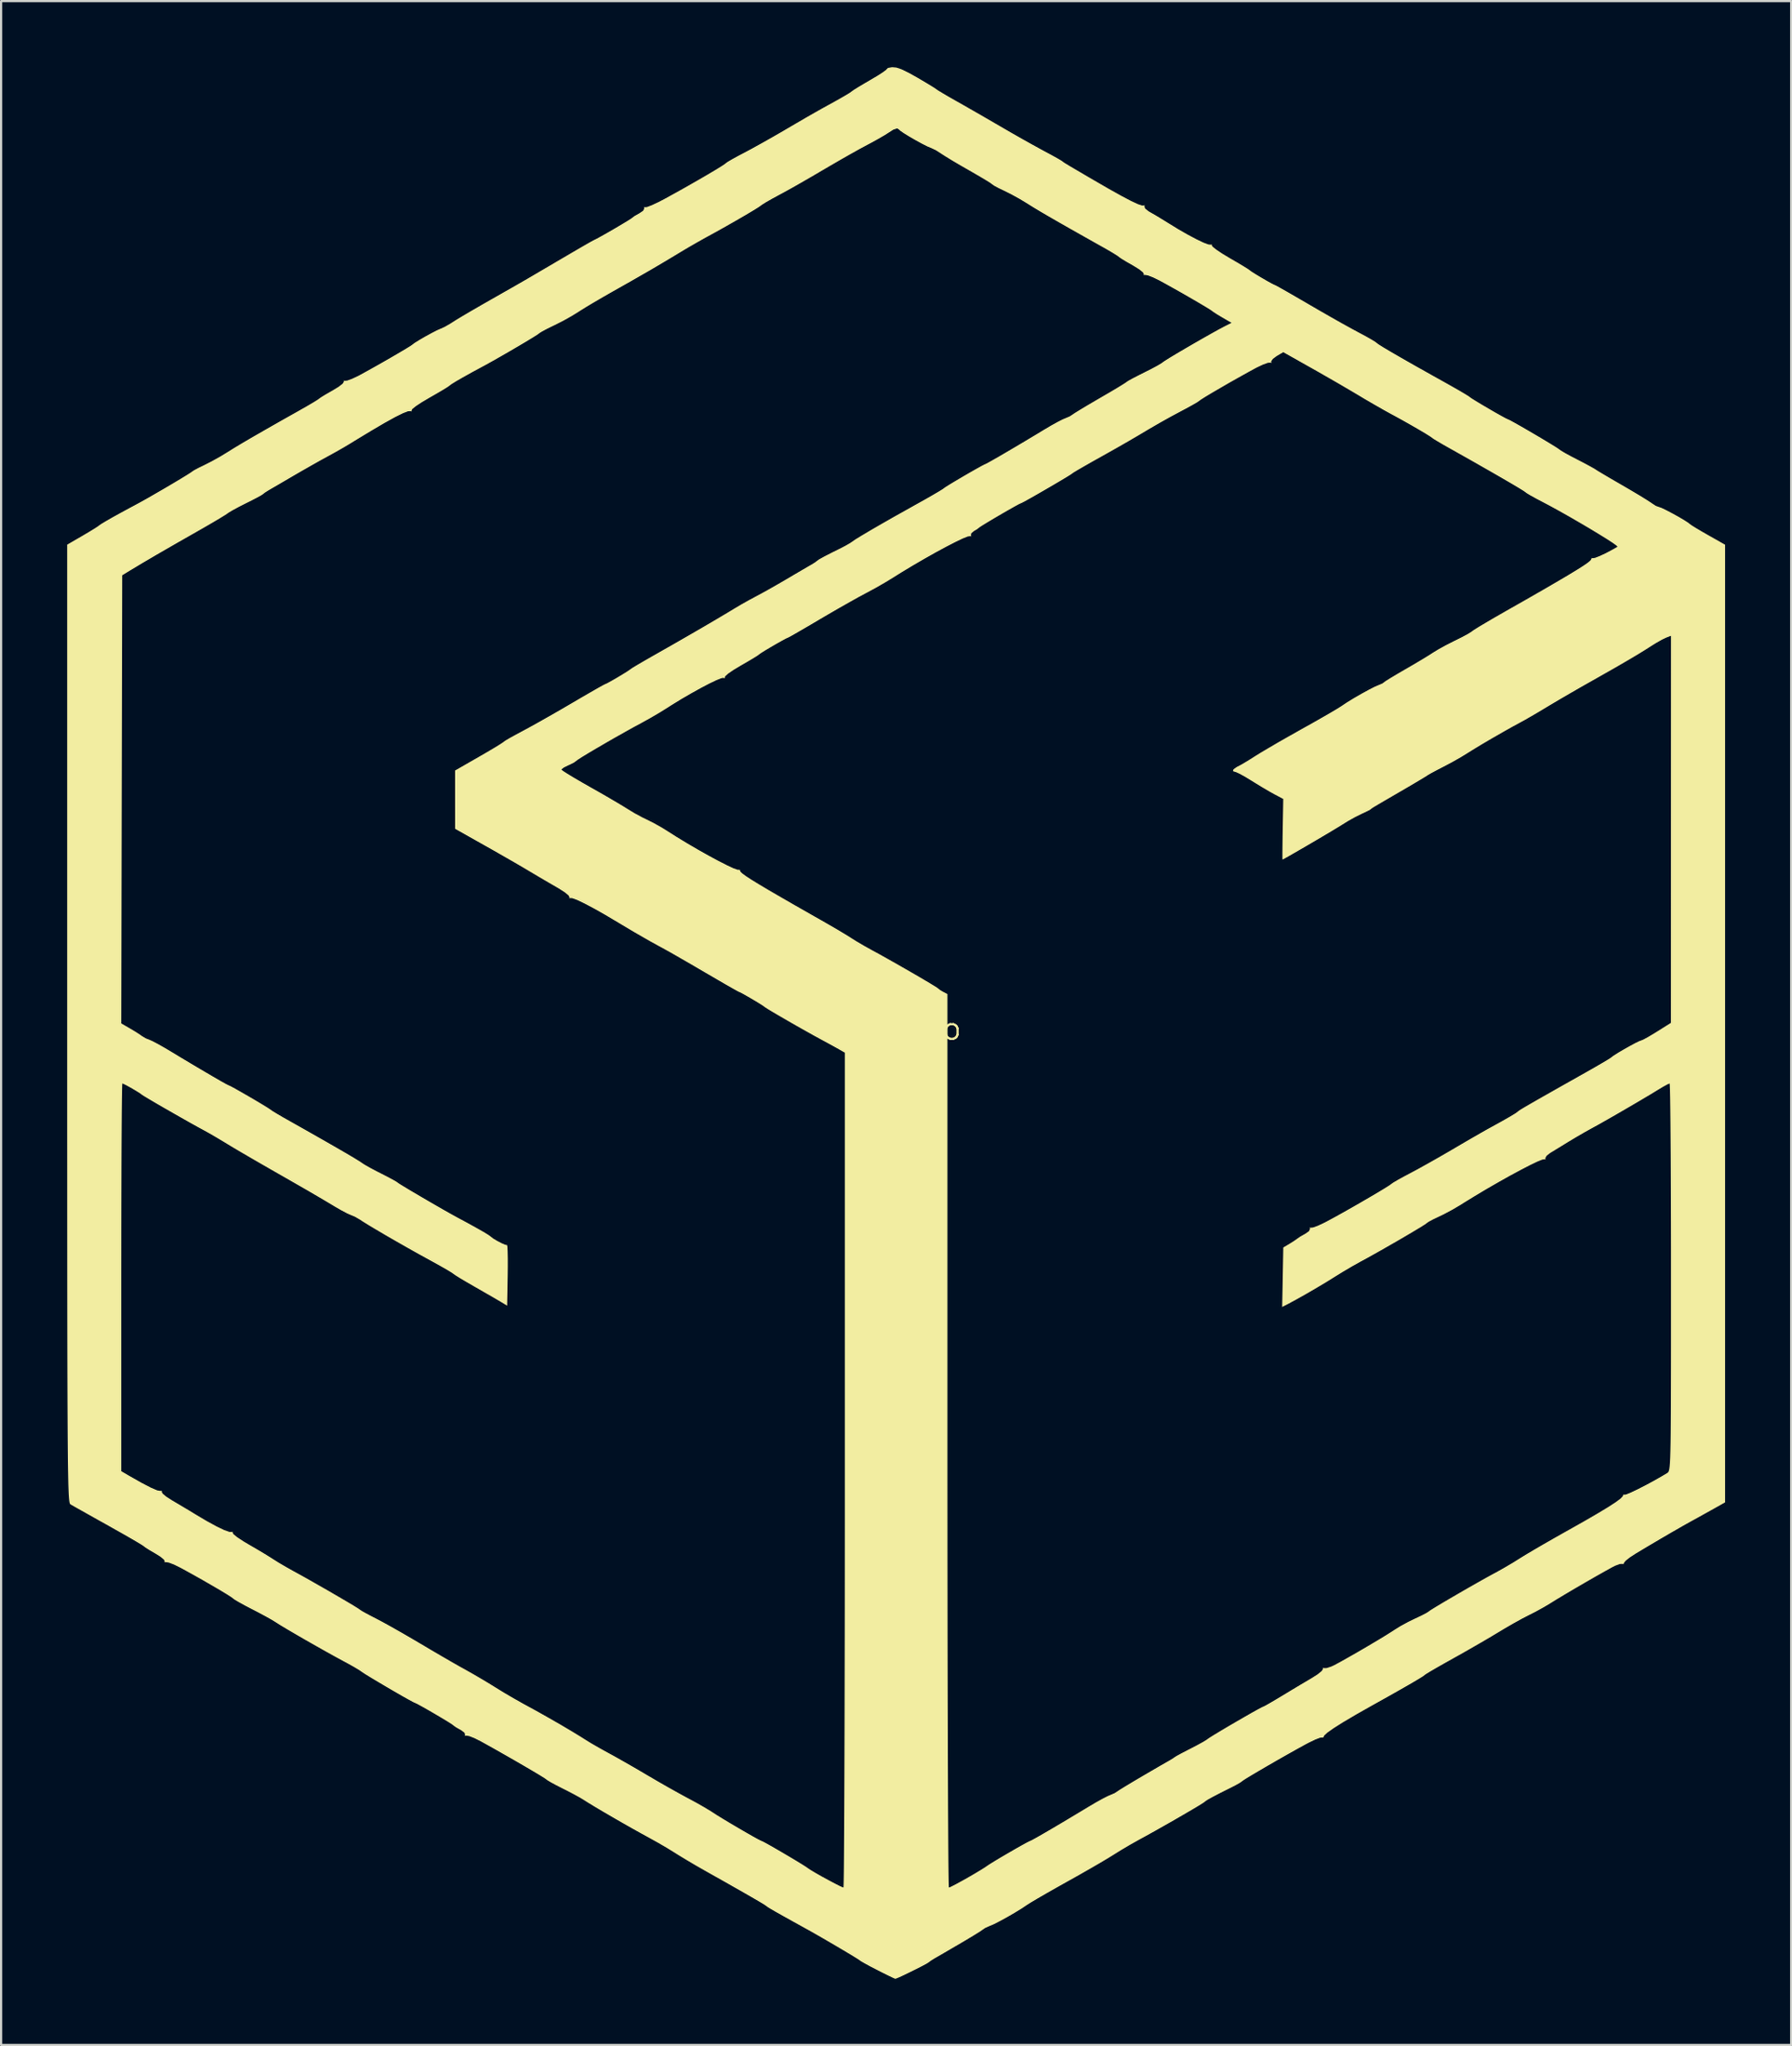
<source format=kicad_pcb>
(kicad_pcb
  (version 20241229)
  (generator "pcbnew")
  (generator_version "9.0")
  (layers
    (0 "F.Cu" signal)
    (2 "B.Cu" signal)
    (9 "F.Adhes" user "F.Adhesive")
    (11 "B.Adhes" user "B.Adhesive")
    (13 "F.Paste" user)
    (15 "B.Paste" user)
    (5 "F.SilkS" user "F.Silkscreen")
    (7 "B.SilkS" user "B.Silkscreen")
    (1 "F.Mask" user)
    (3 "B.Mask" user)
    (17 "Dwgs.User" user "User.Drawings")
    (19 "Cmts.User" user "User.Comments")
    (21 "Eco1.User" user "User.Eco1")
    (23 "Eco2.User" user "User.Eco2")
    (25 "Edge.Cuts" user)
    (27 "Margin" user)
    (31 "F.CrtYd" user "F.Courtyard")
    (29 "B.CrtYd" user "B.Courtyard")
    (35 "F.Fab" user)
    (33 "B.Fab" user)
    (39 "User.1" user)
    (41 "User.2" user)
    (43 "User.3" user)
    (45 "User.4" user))
  (footprint "se-logo"
    (layer "F.Cu")
    (at 37.542 44.139)
    (property "Reference" "se-logo" (at 0 -0.5 0) (unlocked yes) (layer "F.SilkS") (effects (font (size 1 1) (thickness 0.1))))
    (attr smd)
    (fp_poly (pts (xy 0.104 -44.123) (xy 0.343 -44.041) (xy 0.669 -43.882) (xy 1.036 -43.677) (xy 1.371 -43.481) (xy 1.651 -43.313) (xy 1.842 -43.194) (xy 1.913 -43.143) (xy 2 -43.083) (xy 2.203 -42.96) (xy 2.489 -42.793) (xy 2.759 -42.639) (xy 3.123 -42.433) (xy 3.583 -42.17) (xy 4.092 -41.877) (xy 4.599 -41.583) (xy 4.812 -41.46) (xy 5.295 -41.18) (xy 5.794 -40.896) (xy 6.263 -40.633) (xy 6.655 -40.418) (xy 6.801 -40.339) (xy 7.127 -40.164) (xy 7.399 -40.013) (xy 7.581 -39.907) (xy 7.632 -39.873) (xy 7.67 -39.843) (xy 7.717 -39.81) (xy 7.797 -39.76) (xy 7.928 -39.68) (xy 8.134 -39.558) (xy 8.435 -39.382) (xy 8.851 -39.138) (xy 9.067 -39.012) (xy 9.765 -38.609) (xy 10.327 -38.295) (xy 10.76 -38.068) (xy 11.068 -37.924) (xy 11.259 -37.861) (xy 11.328 -37.865) (xy 11.382 -37.87) (xy 11.363 -37.828) (xy 11.393 -37.73) (xy 11.553 -37.601) (xy 11.625 -37.559) (xy 11.866 -37.421) (xy 12.177 -37.233) (xy 12.463 -37.056) (xy 12.909 -36.782) (xy 13.339 -36.536) (xy 13.726 -36.331) (xy 14.045 -36.179) (xy 14.271 -36.094) (xy 14.374 -36.085) (xy 14.431 -36.093) (xy 14.418 -36.06) (xy 14.466 -35.989) (xy 14.636 -35.855) (xy 14.901 -35.678) (xy 15.23 -35.48) (xy 15.572 -35.281) (xy 15.858 -35.111) (xy 16.057 -34.987) (xy 16.137 -34.93) (xy 16.225 -34.864) (xy 16.414 -34.745) (xy 16.657 -34.599) (xy 16.91 -34.452) (xy 17.128 -34.331) (xy 17.265 -34.262) (xy 17.287 -34.255) (xy 17.369 -34.214) (xy 17.574 -34.1) (xy 17.881 -33.926) (xy 18.266 -33.704) (xy 18.707 -33.448) (xy 18.809 -33.388) (xy 19.324 -33.089) (xy 19.849 -32.788) (xy 20.344 -32.509) (xy 20.771 -32.273) (xy 21.07 -32.112) (xy 21.398 -31.937) (xy 21.666 -31.785) (xy 21.842 -31.678) (xy 21.892 -31.639) (xy 21.988 -31.566) (xy 22.226 -31.416) (xy 22.601 -31.194) (xy 23.106 -30.902) (xy 23.735 -30.545) (xy 24.482 -30.126) (xy 24.9 -29.893) (xy 25.304 -29.666) (xy 25.655 -29.466) (xy 25.925 -29.306) (xy 26.09 -29.204) (xy 26.127 -29.175) (xy 26.211 -29.115) (xy 26.406 -28.993) (xy 26.674 -28.831) (xy 26.981 -28.651) (xy 27.29 -28.472) (xy 27.565 -28.317) (xy 27.77 -28.206) (xy 27.869 -28.16) (xy 27.871 -28.159) (xy 27.96 -28.119) (xy 28.162 -28.008) (xy 28.448 -27.847) (xy 28.785 -27.652) (xy 29.144 -27.442) (xy 29.493 -27.235) (xy 29.802 -27.049) (xy 30.039 -26.903) (xy 30.173 -26.814) (xy 30.192 -26.798) (xy 30.281 -26.735) (xy 30.487 -26.615) (xy 30.776 -26.459) (xy 30.996 -26.345) (xy 31.327 -26.173) (xy 31.605 -26.024) (xy 31.793 -25.918) (xy 31.849 -25.882) (xy 31.951 -25.816) (xy 32.173 -25.683) (xy 32.485 -25.499) (xy 32.861 -25.281) (xy 33.063 -25.164) (xy 33.473 -24.925) (xy 33.846 -24.703) (xy 34.15 -24.516) (xy 34.353 -24.384) (xy 34.402 -24.349) (xy 34.584 -24.23) (xy 34.723 -24.18) (xy 34.725 -24.18) (xy 34.839 -24.14) (xy 35.055 -24.036) (xy 35.328 -23.893) (xy 35.615 -23.734) (xy 35.872 -23.583) (xy 36.055 -23.465) (xy 36.118 -23.413) (xy 36.205 -23.35) (xy 36.407 -23.224) (xy 36.692 -23.056) (xy 36.944 -22.912) (xy 37.727 -22.468) (xy 37.727 -0.737) (xy 37.727 20.993) (xy 37.203 21.288) (xy 36.84 21.49) (xy 36.447 21.708) (xy 36.191 21.849) (xy 35.809 22.062) (xy 35.323 22.341) (xy 34.769 22.664) (xy 34.189 23.007) (xy 33.663 23.322) (xy 33.403 23.492) (xy 33.216 23.639) (xy 33.136 23.736) (xy 33.136 23.747) (xy 33.106 23.799) (xy 33.072 23.785) (xy 32.952 23.79) (xy 32.746 23.865) (xy 32.625 23.925) (xy 32.275 24.118) (xy 31.843 24.362) (xy 31.368 24.635) (xy 30.889 24.914) (xy 30.446 25.176) (xy 30.077 25.397) (xy 29.85 25.539) (xy 29.511 25.742) (xy 29.117 25.96) (xy 28.834 26.103) (xy 28.521 26.264) (xy 28.127 26.482) (xy 27.712 26.722) (xy 27.482 26.861) (xy 27.118 27.079) (xy 26.654 27.351) (xy 26.141 27.646) (xy 25.627 27.938) (xy 25.408 28.06) (xy 24.988 28.295) (xy 24.623 28.503) (xy 24.335 28.671) (xy 24.151 28.783) (xy 24.095 28.822) (xy 24.012 28.886) (xy 23.807 29.014) (xy 23.476 29.209) (xy 23.012 29.475) (xy 22.411 29.815) (xy 21.691 30.217) (xy 20.972 30.624) (xy 20.393 30.966) (xy 19.955 31.242) (xy 19.663 31.448) (xy 19.519 31.584) (xy 19.504 31.629) (xy 19.475 31.674) (xy 19.443 31.66) (xy 19.336 31.675) (xy 19.12 31.758) (xy 18.835 31.895) (xy 18.7 31.966) (xy 18.306 32.183) (xy 17.871 32.426) (xy 17.421 32.682) (xy 16.981 32.935) (xy 16.576 33.171) (xy 16.231 33.375) (xy 15.972 33.533) (xy 15.823 33.63) (xy 15.798 33.651) (xy 15.705 33.717) (xy 15.505 33.83) (xy 15.29 33.941) (xy 14.801 34.186) (xy 14.452 34.367) (xy 14.228 34.492) (xy 14.118 34.567) (xy 14.105 34.581) (xy 14.019 34.641) (xy 13.812 34.769) (xy 13.508 34.95) (xy 13.133 35.169) (xy 12.713 35.412) (xy 12.273 35.663) (xy 11.839 35.908) (xy 11.438 36.131) (xy 11.099 36.316) (xy 10.711 36.534) (xy 10.287 36.784) (xy 9.956 36.991) (xy 9.71 37.143) (xy 9.349 37.357) (xy 8.905 37.615) (xy 8.412 37.896) (xy 7.902 38.182) (xy 7.839 38.217) (xy 7.355 38.488) (xy 6.907 38.743) (xy 6.521 38.966) (xy 6.224 39.143) (xy 6.043 39.256) (xy 6.019 39.273) (xy 5.782 39.431) (xy 5.469 39.622) (xy 5.125 39.821) (xy 4.793 40.002) (xy 4.519 40.142) (xy 4.352 40.212) (xy 4.141 40.305) (xy 4.029 40.38) (xy 3.894 40.474) (xy 3.613 40.648) (xy 3.188 40.903) (xy 2.621 41.235) (xy 1.915 41.645) (xy 1.828 41.695) (xy 1.66 41.8) (xy 1.574 41.866) (xy 1.483 41.924) (xy 1.282 42.032) (xy 1.012 42.17) (xy 0.715 42.317) (xy 0.432 42.454) (xy 0.203 42.559) (xy 0.07 42.613) (xy 0.054 42.616) (xy -0.037 42.578) (xy -0.243 42.479) (xy -0.532 42.336) (xy -0.754 42.223) (xy -1.079 42.055) (xy -1.344 41.911) (xy -1.515 41.812) (xy -1.559 41.779) (xy -1.64 41.723) (xy -1.839 41.6) (xy -2.128 41.426) (xy -2.477 41.219) (xy -2.858 40.995) (xy -3.242 40.771) (xy -3.601 40.565) (xy -3.905 40.393) (xy -3.972 40.357) (xy -4.569 40.027) (xy -5.03 39.77) (xy -5.37 39.579) (xy -5.601 39.445) (xy -5.737 39.361) (xy -5.792 39.32) (xy -5.792 39.32) (xy -5.885 39.255) (xy -6.123 39.111) (xy -6.503 38.89) (xy -7.02 38.594) (xy -7.672 38.224) (xy -8.454 37.784) (xy -8.586 37.71) (xy -8.993 37.477) (xy -9.415 37.228) (xy -9.788 37.002) (xy -9.941 36.905) (xy -10.3 36.684) (xy -10.722 36.438) (xy -11.116 36.219) (xy -11.13 36.211) (xy -11.458 36.032) (xy -11.862 35.807) (xy -12.308 35.554) (xy -12.766 35.29) (xy -13.204 35.035) (xy -13.59 34.806) (xy -13.894 34.622) (xy -14.083 34.502) (xy -14.089 34.497) (xy -14.259 34.394) (xy -14.533 34.244) (xy -14.865 34.071) (xy -15.019 33.994) (xy -15.335 33.833) (xy -15.59 33.695) (xy -15.748 33.6) (xy -15.781 33.574) (xy -15.866 33.513) (xy -16.075 33.382) (xy -16.385 33.197) (xy -16.772 32.97) (xy -17.212 32.715) (xy -17.682 32.446) (xy -18.157 32.177) (xy -18.615 31.921) (xy -18.768 31.836) (xy -19.052 31.694) (xy -19.285 31.602) (xy -19.424 31.577) (xy -19.437 31.582) (xy -19.495 31.591) (xy -19.476 31.547) (xy -19.504 31.449) (xy -19.66 31.33) (xy -19.696 31.311) (xy -19.89 31.202) (xy -20.008 31.118) (xy -20.016 31.109) (xy -20.1 31.048) (xy -20.294 30.926) (xy -20.563 30.764) (xy -20.87 30.583) (xy -21.179 30.404) (xy -21.454 30.249) (xy -21.659 30.137) (xy -21.758 30.092) (xy -21.76 30.091) (xy -21.848 30.051) (xy -22.051 29.94) (xy -22.339 29.778) (xy -22.681 29.581) (xy -23.046 29.368) (xy -23.405 29.156) (xy -23.728 28.963) (xy -23.983 28.807) (xy -24.141 28.705) (xy -24.171 28.683) (xy -24.304 28.593) (xy -24.544 28.45) (xy -24.849 28.28) (xy -24.984 28.208) (xy -25.344 28.013) (xy -25.773 27.775) (xy -26.24 27.512) (xy -26.715 27.242) (xy -27.166 26.981) (xy -27.564 26.748) (xy -27.877 26.56) (xy -28.075 26.434) (xy -28.086 26.427) (xy -28.261 26.319) (xy -28.544 26.161) (xy -28.89 25.976) (xy -29.141 25.846) (xy -29.478 25.671) (xy -29.756 25.518) (xy -29.943 25.407) (xy -30.003 25.361) (xy -30.093 25.293) (xy -30.304 25.158) (xy -30.613 24.972) (xy -30.991 24.751) (xy -31.413 24.508) (xy -31.853 24.26) (xy -32.285 24.022) (xy -32.401 23.96) (xy -32.686 23.819) (xy -32.919 23.729) (xy -33.058 23.704) (xy -33.07 23.709) (xy -33.126 23.716) (xy -33.11 23.678) (xy -33.149 23.593) (xy -33.31 23.459) (xy -33.541 23.315) (xy -33.797 23.166) (xy -33.988 23.045) (xy -34.071 22.981) (xy -34.154 22.924) (xy -34.363 22.798) (xy -34.676 22.615) (xy -35.07 22.39) (xy -35.523 22.135) (xy -35.679 22.047) (xy -36.154 21.782) (xy -36.585 21.54) (xy -36.949 21.336) (xy -37.22 21.183) (xy -37.374 21.094) (xy -37.394 21.082) (xy -37.409 21.067) (xy -37.424 21.036) (xy -37.437 20.985) (xy -37.449 20.905) (xy -37.46 20.792) (xy -37.471 20.64) (xy -37.48 20.442) (xy -37.489 20.192) (xy -37.496 19.885) (xy -37.503 19.513) (xy -37.51 19.071) (xy -37.515 18.553) (xy -37.52 17.953) (xy -37.524 17.264) (xy -37.528 16.481) (xy -37.531 15.598) (xy -37.534 14.607) (xy -37.536 13.504) (xy -37.538 12.282) (xy -37.539 10.935) (xy -37.54 9.457) (xy -37.541 7.841) (xy -37.541 6.083) (xy -37.542 4.175) (xy -37.542 2.111) (xy -37.542 -0.114) (xy -37.542 -0.74) (xy -37.542 -0.744) (xy -35.087 -0.744) (xy -34.685 -0.512) (xy -34.434 -0.362) (xy -34.23 -0.23) (xy -34.155 -0.175) (xy -33.973 -0.066) (xy -33.825 -0.008) (xy -33.669 0.061) (xy -33.409 0.198) (xy -33.088 0.38) (xy -32.851 0.521) (xy -32.323 0.84) (xy -31.811 1.145) (xy -31.336 1.426) (xy -30.919 1.671) (xy -30.579 1.867) (xy -30.338 2.002) (xy -30.216 2.064) (xy -30.207 2.067) (xy -30.119 2.107) (xy -29.92 2.215) (xy -29.645 2.37) (xy -29.329 2.552) (xy -29.005 2.741) (xy -28.709 2.917) (xy -28.474 3.061) (xy -28.335 3.151) (xy -28.313 3.169) (xy -28.226 3.229) (xy -28.023 3.353) (xy -27.737 3.52) (xy -27.467 3.673) (xy -26.656 4.13) (xy -25.943 4.535) (xy -25.337 4.882) (xy -24.847 5.166) (xy -24.481 5.383) (xy -24.248 5.527) (xy -24.165 5.585) (xy -24.036 5.669) (xy -23.796 5.805) (xy -23.486 5.969) (xy -23.318 6.054) (xy -23.002 6.216) (xy -22.747 6.352) (xy -22.589 6.443) (xy -22.556 6.467) (xy -22.47 6.528) (xy -22.263 6.656) (xy -21.966 6.835) (xy -21.603 7.049) (xy -21.205 7.282) (xy -20.797 7.518) (xy -20.409 7.741) (xy -20.066 7.933) (xy -19.799 8.08) (xy -19.762 8.1) (xy -19.343 8.325) (xy -18.961 8.536) (xy -18.645 8.716) (xy -18.423 8.851) (xy -18.323 8.922) (xy -18.323 8.923) (xy -18.21 9.013) (xy -18.021 9.126) (xy -17.813 9.234) (xy -17.644 9.305) (xy -17.575 9.315) (xy -17.558 9.382) (xy -17.546 9.592) (xy -17.539 9.918) (xy -17.539 10.331) (xy -17.543 10.673) (xy -17.569 12.066) (xy -17.84 11.903) (xy -18.019 11.798) (xy -18.305 11.631) (xy -18.66 11.427) (xy -19.042 11.208) (xy -19.398 11.002) (xy -19.699 10.824) (xy -19.913 10.69) (xy -20.013 10.62) (xy -20.016 10.617) (xy -20.102 10.557) (xy -20.309 10.433) (xy -20.608 10.262) (xy -20.97 10.061) (xy -21.074 10.005) (xy -21.553 9.741) (xy -22.066 9.453) (xy -22.586 9.157) (xy -23.084 8.87) (xy -23.531 8.607) (xy -23.901 8.385) (xy -24.165 8.221) (xy -24.249 8.164) (xy -24.478 8.031) (xy -24.666 7.952) (xy -24.834 7.878) (xy -25.094 7.741) (xy -25.398 7.566) (xy -25.47 7.522) (xy -25.766 7.345) (xy -26.164 7.111) (xy -26.616 6.847) (xy -27.079 6.581) (xy -27.213 6.504) (xy -27.989 6.06) (xy -28.636 5.689) (xy -29.172 5.379) (xy -29.614 5.122) (xy -29.982 4.905) (xy -30.293 4.718) (xy -30.43 4.634) (xy -30.764 4.434) (xy -31.102 4.238) (xy -31.361 4.095) (xy -31.62 3.954) (xy -31.955 3.768) (xy -32.34 3.55) (xy -32.748 3.318) (xy -33.15 3.088) (xy -33.519 2.874) (xy -33.827 2.693) (xy -34.047 2.561) (xy -34.151 2.493) (xy -34.155 2.49) (xy -34.25 2.419) (xy -34.437 2.304) (xy -34.661 2.173) (xy -34.87 2.058) (xy -35.012 1.99) (xy -35.038 1.982) (xy -35.045 2.065) (xy -35.051 2.306) (xy -35.057 2.694) (xy -35.063 3.218) (xy -35.068 3.867) (xy -35.073 4.63) (xy -35.077 5.495) (xy -35.08 6.452) (xy -35.083 7.489) (xy -35.085 8.595) (xy -35.086 9.76) (xy -35.087 10.779) (xy -35.087 19.577) (xy -34.727 19.787) (xy -34.164 20.106) (xy -33.739 20.327) (xy -33.451 20.45) (xy -33.301 20.475) (xy -33.29 20.47) (xy -33.237 20.466) (xy -33.254 20.503) (xy -33.214 20.589) (xy -33.051 20.727) (xy -32.792 20.895) (xy -32.78 20.902) (xy -32.418 21.115) (xy -32.01 21.359) (xy -31.7 21.547) (xy -31.191 21.849) (xy -30.756 22.086) (xy -30.412 22.25) (xy -30.177 22.333) (xy -30.075 22.334) (xy -30.02 22.328) (xy -30.035 22.364) (xy -29.989 22.44) (xy -29.819 22.577) (xy -29.549 22.755) (xy -29.307 22.899) (xy -28.939 23.113) (xy -28.588 23.322) (xy -28.303 23.498) (xy -28.186 23.573) (xy -27.94 23.728) (xy -27.612 23.921) (xy -27.272 24.111) (xy -27.255 24.12) (xy -26.913 24.308) (xy -26.514 24.532) (xy -26.082 24.778) (xy -25.643 25.029) (xy -25.224 25.273) (xy -24.849 25.493) (xy -24.545 25.674) (xy -24.336 25.803) (xy -24.25 25.864) (xy -24.249 25.864) (xy -24.159 25.925) (xy -23.954 26.039) (xy -23.671 26.188) (xy -23.53 26.26) (xy -23.226 26.42) (xy -22.818 26.645) (xy -22.348 26.912) (xy -21.855 27.198) (xy -21.523 27.394) (xy -21.036 27.682) (xy -20.541 27.972) (xy -20.08 28.238) (xy -19.694 28.458) (xy -19.496 28.567) (xy -19.078 28.803) (xy -18.608 29.079) (xy -18.179 29.34) (xy -18.116 29.38) (xy -17.708 29.631) (xy -17.248 29.9) (xy -16.825 30.138) (xy -16.756 30.175) (xy -16.249 30.452) (xy -15.698 30.762) (xy -15.146 31.079) (xy -14.637 31.38) (xy -14.214 31.638) (xy -14.047 31.744) (xy -13.76 31.921) (xy -13.395 32.132) (xy -13.027 32.336) (xy -12.989 32.356) (xy -12.679 32.526) (xy -12.272 32.756) (xy -11.813 33.019) (xy -11.352 33.288) (xy -11.229 33.361) (xy -10.759 33.636) (xy -10.266 33.918) (xy -9.802 34.178) (xy -9.418 34.387) (xy -9.348 34.424) (xy -8.977 34.625) (xy -8.618 34.829) (xy -8.327 35.004) (xy -8.23 35.067) (xy -8.042 35.189) (xy -7.767 35.357) (xy -7.436 35.556) (xy -7.081 35.765) (xy -6.732 35.968) (xy -6.422 36.145) (xy -6.181 36.278) (xy -6.04 36.349) (xy -6.019 36.357) (xy -5.931 36.397) (xy -5.73 36.507) (xy -5.45 36.666) (xy -5.123 36.855) (xy -4.782 37.056) (xy -4.458 37.249) (xy -4.185 37.415) (xy -3.996 37.535) (xy -3.929 37.583) (xy -3.803 37.668) (xy -3.577 37.803) (xy -3.291 37.966) (xy -2.982 38.135) (xy -2.69 38.29) (xy -2.456 38.408) (xy -2.316 38.468) (xy -2.3 38.472) (xy -2.294 38.389) (xy -2.288 38.144) (xy -2.282 37.745) (xy -2.277 37.199) (xy -2.272 36.514) (xy -2.267 35.698) (xy -2.262 34.757) (xy -2.258 33.701) (xy -2.254 32.536) (xy -2.25 31.27) (xy -2.247 29.91) (xy -2.244 28.464) (xy -2.241 26.939) (xy -2.239 25.344) (xy -2.238 23.686) (xy -2.237 21.972) (xy -2.237 20.21) (xy -2.237 19.529) (xy -2.237 0.585) (xy -2.512 0.428) (xy -2.728 0.307) (xy -3.028 0.143) (xy -3.337 -0.025) (xy -3.65 -0.196) (xy -4.021 -0.403) (xy -4.421 -0.629) (xy -4.822 -0.858) (xy -5.195 -1.074) (xy -5.513 -1.261) (xy -5.746 -1.401) (xy -5.867 -1.48) (xy -5.877 -1.488) (xy -5.966 -1.553) (xy -6.155 -1.672) (xy -6.398 -1.818) (xy -6.65 -1.965) (xy -6.867 -2.088) (xy -7.005 -2.159) (xy -7.029 -2.167) (xy -7.11 -2.208) (xy -7.315 -2.322) (xy -7.621 -2.496) (xy -8.005 -2.718) (xy -8.446 -2.975) (xy -8.548 -3.034) (xy -9.021 -3.311) (xy -9.464 -3.568) (xy -9.849 -3.79) (xy -10.148 -3.961) (xy -10.332 -4.063) (xy -10.344 -4.07) (xy -11.048 -4.455) (xy -11.826 -4.902) (xy -12.523 -5.318) (xy -13.103 -5.663) (xy -13.618 -5.954) (xy -14.052 -6.184) (xy -14.389 -6.345) (xy -14.613 -6.427) (xy -14.701 -6.431) (xy -14.753 -6.427) (xy -14.736 -6.465) (xy -14.778 -6.549) (xy -14.947 -6.69) (xy -15.223 -6.867) (xy -15.295 -6.909) (xy -15.678 -7.131) (xy -16.118 -7.389) (xy -16.526 -7.631) (xy -16.567 -7.656) (xy -16.866 -7.833) (xy -17.271 -8.068) (xy -17.743 -8.339) (xy -18.239 -8.622) (xy -18.578 -8.813) (xy -19.93 -9.575) (xy -19.931 -10.898) (xy -19.931 -12.221) (xy -19.86 -12.262) (xy -15.101 -12.262) (xy -15.03 -12.202) (xy -14.834 -12.075) (xy -14.538 -11.896) (xy -14.166 -11.679) (xy -13.822 -11.483) (xy -13.364 -11.224) (xy -12.924 -10.97) (xy -12.536 -10.742) (xy -12.238 -10.562) (xy -12.111 -10.482) (xy -11.779 -10.281) (xy -11.413 -10.084) (xy -11.232 -9.997) (xy -10.9 -9.831) (xy -10.535 -9.625) (xy -10.343 -9.506) (xy -9.883 -9.214) (xy -9.394 -8.917) (xy -8.898 -8.627) (xy -8.417 -8.357) (xy -7.976 -8.119) (xy -7.595 -7.925) (xy -7.299 -7.787) (xy -7.109 -7.719) (xy -7.054 -7.717) (xy -6.994 -7.71) (xy -6.996 -7.681) (xy -6.977 -7.632) (xy -6.893 -7.551) (xy -6.734 -7.434) (xy -6.489 -7.274) (xy -6.149 -7.064) (xy -5.705 -6.8) (xy -5.144 -6.474) (xy -4.459 -6.08) (xy -3.638 -5.612) (xy -3.379 -5.466) (xy -2.959 -5.225) (xy -2.562 -4.994) (xy -2.227 -4.794) (xy -1.99 -4.647) (xy -1.94 -4.614) (xy -1.693 -4.459) (xy -1.364 -4.267) (xy -1.023 -4.078) (xy -1.008 -4.069) (xy -0.693 -3.898) (xy -0.313 -3.686) (xy 0.107 -3.448) (xy 0.54 -3.201) (xy 0.961 -2.958) (xy 1.342 -2.735) (xy 1.659 -2.547) (xy 1.884 -2.409) (xy 1.993 -2.336) (xy 1.997 -2.331) (xy 2.098 -2.253) (xy 2.23 -2.176) (xy 2.421 -2.076) (xy 2.421 18.199) (xy 2.421 20.039) (xy 2.422 21.835) (xy 2.423 23.578) (xy 2.425 25.262) (xy 2.427 26.879) (xy 2.43 28.421) (xy 2.433 29.882) (xy 2.437 31.254) (xy 2.44 32.53) (xy 2.445 33.702) (xy 2.449 34.764) (xy 2.454 35.707) (xy 2.459 36.524) (xy 2.464 37.209) (xy 2.47 37.754) (xy 2.476 38.151) (xy 2.482 38.393) (xy 2.488 38.473) (xy 2.585 38.434) (xy 2.795 38.327) (xy 3.082 38.171) (xy 3.313 38.041) (xy 3.645 37.849) (xy 3.931 37.678) (xy 4.131 37.552) (xy 4.199 37.505) (xy 4.317 37.425) (xy 4.538 37.288) (xy 4.83 37.113) (xy 5.158 36.921) (xy 5.488 36.73) (xy 5.787 36.561) (xy 6.022 36.432) (xy 6.158 36.363) (xy 6.177 36.357) (xy 6.265 36.315) (xy 6.478 36.197) (xy 6.794 36.016) (xy 7.194 35.783) (xy 7.656 35.51) (xy 8.16 35.209) (xy 8.686 34.893) (xy 8.821 34.811) (xy 9.162 34.61) (xy 9.468 34.44) (xy 9.7 34.322) (xy 9.795 34.282) (xy 10.008 34.191) (xy 10.125 34.115) (xy 10.24 34.038) (xy 10.477 33.891) (xy 10.81 33.691) (xy 11.214 33.452) (xy 11.664 33.189) (xy 12.133 32.917) (xy 12.496 32.71) (xy 12.664 32.608) (xy 12.75 32.547) (xy 12.84 32.492) (xy 13.044 32.381) (xy 13.326 32.235) (xy 13.462 32.166) (xy 13.774 32.003) (xy 14.032 31.861) (xy 14.195 31.761) (xy 14.224 31.738) (xy 14.323 31.67) (xy 14.535 31.538) (xy 14.831 31.359) (xy 15.181 31.152) (xy 15.556 30.933) (xy 15.926 30.719) (xy 16.261 30.528) (xy 16.532 30.377) (xy 16.709 30.283) (xy 16.763 30.261) (xy 16.849 30.219) (xy 17.048 30.107) (xy 17.328 29.943) (xy 17.594 29.784) (xy 17.996 29.541) (xy 18.419 29.287) (xy 18.798 29.063) (xy 18.952 28.972) (xy 19.228 28.796) (xy 19.41 28.65) (xy 19.471 28.555) (xy 19.468 28.547) (xy 19.466 28.497) (xy 19.507 28.515) (xy 19.633 28.514) (xy 19.844 28.445) (xy 19.965 28.389) (xy 20.247 28.239) (xy 20.625 28.027) (xy 21.062 27.777) (xy 21.518 27.511) (xy 21.957 27.25) (xy 22.341 27.017) (xy 22.631 26.834) (xy 22.72 26.775) (xy 22.996 26.604) (xy 23.347 26.414) (xy 23.656 26.264) (xy 23.938 26.131) (xy 24.153 26.02) (xy 24.261 25.953) (xy 24.265 25.949) (xy 24.35 25.887) (xy 24.557 25.758) (xy 24.859 25.577) (xy 25.231 25.357) (xy 25.646 25.116) (xy 26.078 24.867) (xy 26.502 24.626) (xy 26.89 24.408) (xy 27.217 24.229) (xy 27.313 24.178) (xy 27.683 23.972) (xy 28.095 23.729) (xy 28.413 23.53) (xy 28.659 23.378) (xy 29.021 23.163) (xy 29.464 22.905) (xy 29.957 22.623) (xy 30.465 22.336) (xy 30.526 22.302) (xy 31.295 21.869) (xy 31.918 21.508) (xy 32.403 21.216) (xy 32.754 20.989) (xy 32.978 20.823) (xy 33.081 20.715) (xy 33.089 20.68) (xy 33.119 20.635) (xy 33.151 20.649) (xy 33.25 20.628) (xy 33.464 20.539) (xy 33.762 20.397) (xy 34.112 20.218) (xy 34.483 20.018) (xy 34.842 19.814) (xy 35.105 19.656) (xy 35.132 19.636) (xy 35.155 19.606) (xy 35.176 19.555) (xy 35.194 19.475) (xy 35.21 19.355) (xy 35.224 19.185) (xy 35.235 18.956) (xy 35.244 18.659) (xy 35.252 18.283) (xy 35.258 17.818) (xy 35.262 17.256) (xy 35.266 16.586) (xy 35.268 15.799) (xy 35.27 14.884) (xy 35.271 13.833) (xy 35.271 12.635) (xy 35.271 11.282) (xy 35.271 10.767) (xy 35.271 9.563) (xy 35.269 8.408) (xy 35.266 7.312) (xy 35.262 6.288) (xy 35.258 5.346) (xy 35.252 4.497) (xy 35.246 3.752) (xy 35.239 3.123) (xy 35.232 2.621) (xy 35.224 2.256) (xy 35.215 2.04) (xy 35.208 1.982) (xy 35.108 2.024) (xy 34.91 2.133) (xy 34.679 2.272) (xy 34.336 2.481) (xy 33.897 2.742) (xy 33.404 3.031) (xy 32.896 3.326) (xy 32.413 3.603) (xy 31.997 3.839) (xy 31.696 4.004) (xy 31.368 4.186) (xy 30.983 4.409) (xy 30.637 4.616) (xy 30.321 4.81) (xy 30.023 4.992) (xy 29.804 5.126) (xy 29.789 5.134) (xy 29.626 5.261) (xy 29.564 5.37) (xy 29.57 5.39) (xy 29.571 5.439) (xy 29.529 5.421) (xy 29.422 5.439) (xy 29.19 5.534) (xy 28.856 5.695) (xy 28.439 5.911) (xy 27.961 6.169) (xy 27.442 6.46) (xy 26.902 6.771) (xy 26.364 7.092) (xy 25.846 7.41) (xy 25.704 7.5) (xy 25.352 7.708) (xy 24.955 7.919) (xy 24.733 8.026) (xy 24.467 8.153) (xy 24.268 8.26) (xy 24.183 8.32) (xy 24.096 8.383) (xy 23.888 8.514) (xy 23.583 8.697) (xy 23.207 8.919) (xy 22.785 9.165) (xy 22.343 9.418) (xy 21.907 9.666) (xy 21.502 9.892) (xy 21.174 10.07) (xy 20.787 10.287) (xy 20.363 10.537) (xy 20.031 10.742) (xy 19.658 10.974) (xy 19.207 11.244) (xy 18.731 11.521) (xy 18.284 11.773) (xy 17.919 11.971) (xy 17.872 11.995) (xy 17.618 12.125) (xy 17.644 10.775) (xy 17.669 9.425) (xy 17.94 9.265) (xy 18.145 9.136) (xy 18.292 9.033) (xy 18.304 9.023) (xy 18.439 8.931) (xy 18.644 8.815) (xy 18.666 8.803) (xy 18.836 8.684) (xy 18.883 8.581) (xy 18.878 8.569) (xy 18.872 8.514) (xy 18.908 8.53) (xy 19.019 8.518) (xy 19.237 8.439) (xy 19.52 8.307) (xy 19.62 8.256) (xy 19.943 8.082) (xy 20.329 7.868) (xy 20.752 7.63) (xy 21.184 7.382) (xy 21.6 7.14) (xy 21.974 6.92) (xy 22.278 6.736) (xy 22.487 6.604) (xy 22.574 6.54) (xy 22.665 6.476) (xy 22.872 6.355) (xy 23.162 6.196) (xy 23.399 6.07) (xy 23.763 5.876) (xy 24.22 5.623) (xy 24.719 5.34) (xy 25.208 5.058) (xy 25.344 4.978) (xy 25.789 4.717) (xy 26.228 4.462) (xy 26.621 4.236) (xy 26.925 4.064) (xy 27.016 4.014) (xy 27.566 3.711) (xy 27.966 3.483) (xy 28.22 3.329) (xy 28.328 3.248) (xy 28.329 3.247) (xy 28.362 3.219) (xy 28.444 3.166) (xy 28.586 3.08) (xy 28.801 2.954) (xy 29.102 2.781) (xy 29.5 2.554) (xy 30.009 2.266) (xy 30.641 1.909) (xy 31.408 1.477) (xy 31.419 1.47) (xy 31.808 1.249) (xy 32.142 1.055) (xy 32.395 0.905) (xy 32.539 0.813) (xy 32.562 0.795) (xy 32.66 0.72) (xy 32.861 0.593) (xy 33.123 0.439) (xy 33.402 0.282) (xy 33.655 0.146) (xy 33.839 0.057) (xy 33.904 0.035) (xy 34.01 -0.008) (xy 34.22 -0.122) (xy 34.497 -0.286) (xy 34.628 -0.367) (xy 35.268 -0.77) (xy 35.269 -9.552) (xy 35.271 -18.334) (xy 35.051 -18.25) (xy 34.859 -18.158) (xy 34.595 -18.008) (xy 34.395 -17.884) (xy 34.09 -17.689) (xy 33.754 -17.483) (xy 33.364 -17.251) (xy 32.896 -16.979) (xy 32.325 -16.653) (xy 31.673 -16.284) (xy 31.181 -16.005) (xy 30.672 -15.712) (xy 30.193 -15.433) (xy 29.793 -15.196) (xy 29.641 -15.105) (xy 29.274 -14.885) (xy 28.916 -14.675) (xy 28.619 -14.505) (xy 28.498 -14.439) (xy 28.086 -14.215) (xy 27.612 -13.948) (xy 27.119 -13.665) (xy 26.653 -13.391) (xy 26.259 -13.152) (xy 26.043 -13.016) (xy 25.729 -12.824) (xy 25.343 -12.604) (xy 24.964 -12.403) (xy 24.942 -12.392) (xy 24.64 -12.236) (xy 24.393 -12.104) (xy 24.243 -12.018) (xy 24.222 -12.004) (xy 24.122 -11.939) (xy 23.903 -11.807) (xy 23.596 -11.624) (xy 23.227 -11.408) (xy 23.079 -11.322) (xy 22.597 -11.041) (xy 22.24 -10.834) (xy 21.99 -10.687) (xy 21.826 -10.59) (xy 21.728 -10.529) (xy 21.676 -10.494) (xy 21.649 -10.471) (xy 21.64 -10.462) (xy 21.544 -10.404) (xy 21.346 -10.308) (xy 21.219 -10.25) (xy 20.939 -10.111) (xy 20.603 -9.923) (xy 20.352 -9.768) (xy 20.168 -9.654) (xy 19.891 -9.486) (xy 19.547 -9.282) (xy 19.166 -9.057) (xy 18.774 -8.827) (xy 18.4 -8.61) (xy 18.072 -8.421) (xy 17.817 -8.276) (xy 17.664 -8.192) (xy 17.632 -8.178) (xy 17.629 -8.258) (xy 17.629 -8.479) (xy 17.632 -8.813) (xy 17.637 -9.232) (xy 17.643 -9.554) (xy 17.667 -10.93) (xy 17.277 -11.135) (xy 17.019 -11.279) (xy 16.682 -11.477) (xy 16.328 -11.694) (xy 16.24 -11.749) (xy 15.941 -11.931) (xy 15.688 -12.071) (xy 15.521 -12.148) (xy 15.484 -12.157) (xy 15.381 -12.193) (xy 15.411 -12.279) (xy 15.561 -12.384) (xy 15.592 -12.399) (xy 15.768 -12.492) (xy 16.031 -12.648) (xy 16.331 -12.836) (xy 16.375 -12.865) (xy 16.626 -13.02) (xy 16.993 -13.238) (xy 17.44 -13.499) (xy 17.937 -13.782) (xy 18.448 -14.069) (xy 18.507 -14.103) (xy 18.991 -14.374) (xy 19.44 -14.629) (xy 19.826 -14.852) (xy 20.123 -15.028) (xy 20.304 -15.142) (xy 20.328 -15.158) (xy 20.563 -15.315) (xy 20.875 -15.506) (xy 21.22 -15.705) (xy 21.552 -15.887) (xy 21.827 -16.027) (xy 21.994 -16.098) (xy 22.163 -16.169) (xy 22.233 -16.22) (xy 22.318 -16.283) (xy 22.522 -16.411) (xy 22.815 -16.586) (xy 23.166 -16.791) (xy 23.206 -16.814) (xy 23.599 -17.041) (xy 23.971 -17.262) (xy 24.28 -17.451) (xy 24.476 -17.577) (xy 24.718 -17.724) (xy 25.049 -17.907) (xy 25.406 -18.089) (xy 25.471 -18.12) (xy 25.784 -18.276) (xy 26.044 -18.416) (xy 26.207 -18.517) (xy 26.233 -18.538) (xy 26.337 -18.611) (xy 26.564 -18.752) (xy 26.89 -18.946) (xy 27.289 -19.179) (xy 27.738 -19.436) (xy 27.778 -19.459) (xy 28.682 -19.973) (xy 29.446 -20.411) (xy 30.08 -20.779) (xy 30.592 -21.081) (xy 30.993 -21.324) (xy 31.289 -21.512) (xy 31.492 -21.652) (xy 31.609 -21.749) (xy 31.65 -21.808) (xy 31.65 -21.816) (xy 31.678 -21.869) (xy 31.708 -21.856) (xy 31.817 -21.871) (xy 32.034 -21.955) (xy 32.323 -22.091) (xy 32.647 -22.264) (xy 32.842 -22.377) (xy 32.795 -22.43) (xy 32.623 -22.553) (xy 32.349 -22.731) (xy 31.994 -22.951) (xy 31.58 -23.201) (xy 31.131 -23.466) (xy 30.669 -23.733) (xy 30.216 -23.989) (xy 29.795 -24.22) (xy 29.475 -24.389) (xy 29.15 -24.56) (xy 28.885 -24.706) (xy 28.715 -24.809) (xy 28.67 -24.844) (xy 28.582 -24.907) (xy 28.362 -25.043) (xy 28.024 -25.244) (xy 27.583 -25.501) (xy 27.056 -25.804) (xy 26.457 -26.146) (xy 25.801 -26.517) (xy 25.281 -26.809) (xy 24.95 -26.996) (xy 24.677 -27.156) (xy 24.494 -27.267) (xy 24.434 -27.31) (xy 24.337 -27.38) (xy 24.122 -27.515) (xy 23.817 -27.695) (xy 23.453 -27.905) (xy 23.059 -28.127) (xy 22.665 -28.343) (xy 22.571 -28.393) (xy 22.222 -28.586) (xy 21.793 -28.831) (xy 21.349 -29.09) (xy 21.09 -29.245) (xy 20.712 -29.469) (xy 20.237 -29.747) (xy 19.713 -30.049) (xy 19.191 -30.347) (xy 18.956 -30.48) (xy 17.668 -31.206) (xy 17.368 -31.029) (xy 17.195 -30.9) (xy 17.119 -30.79) (xy 17.124 -30.763) (xy 17.125 -30.713) (xy 17.084 -30.732) (xy 16.969 -30.723) (xy 16.75 -30.644) (xy 16.471 -30.513) (xy 16.414 -30.483) (xy 16.046 -30.282) (xy 15.637 -30.054) (xy 15.214 -29.815) (xy 14.806 -29.579) (xy 14.438 -29.364) (xy 14.137 -29.184) (xy 13.932 -29.055) (xy 13.849 -28.994) (xy 13.76 -28.932) (xy 13.553 -28.812) (xy 13.262 -28.652) (xy 13.003 -28.515) (xy 12.551 -28.272) (xy 12.043 -27.988) (xy 11.569 -27.713) (xy 11.426 -27.628) (xy 11.073 -27.418) (xy 10.62 -27.154) (xy 10.116 -26.865) (xy 9.608 -26.579) (xy 9.394 -26.459) (xy 8.977 -26.225) (xy 8.613 -26.018) (xy 8.328 -25.853) (xy 8.146 -25.743) (xy 8.093 -25.705) (xy 8.01 -25.647) (xy 7.811 -25.524) (xy 7.528 -25.355) (xy 7.191 -25.156) (xy 6.831 -24.947) (xy 6.48 -24.745) (xy 6.167 -24.567) (xy 5.924 -24.432) (xy 5.781 -24.358) (xy 5.757 -24.349) (xy 5.67 -24.309) (xy 5.472 -24.201) (xy 5.197 -24.046) (xy 4.881 -23.864) (xy 4.557 -23.674) (xy 4.259 -23.497) (xy 4.023 -23.353) (xy 3.883 -23.262) (xy 3.86 -23.243) (xy 3.759 -23.166) (xy 3.625 -23.088) (xy 3.5 -22.981) (xy 3.49 -22.893) (xy 3.495 -22.839) (xy 3.452 -22.858) (xy 3.343 -22.841) (xy 3.11 -22.747) (xy 2.776 -22.587) (xy 2.362 -22.374) (xy 1.889 -22.118) (xy 1.379 -21.831) (xy 0.853 -21.525) (xy 0.332 -21.211) (xy -0.092 -20.946) (xy -0.426 -20.743) (xy -0.833 -20.51) (xy -1.235 -20.292) (xy -1.3 -20.258) (xy -1.601 -20.097) (xy -2.008 -19.87) (xy -2.482 -19.601) (xy -2.982 -19.312) (xy -3.379 -19.079) (xy -3.814 -18.822) (xy -4.198 -18.598) (xy -4.507 -18.42) (xy -4.718 -18.3) (xy -4.808 -18.254) (xy -4.809 -18.253) (xy -4.901 -18.213) (xy -5.094 -18.109) (xy -5.349 -17.966) (xy -5.622 -17.807) (xy -5.871 -17.658) (xy -6.055 -17.542) (xy -6.131 -17.486) (xy -6.218 -17.423) (xy -6.42 -17.298) (xy -6.705 -17.129) (xy -6.956 -16.985) (xy -7.286 -16.788) (xy -7.531 -16.62) (xy -7.666 -16.499) (xy -7.683 -16.453) (xy -7.682 -16.405) (xy -7.731 -16.428) (xy -7.841 -16.412) (xy -8.07 -16.319) (xy -8.392 -16.165) (xy -8.781 -15.961) (xy -9.213 -15.721) (xy -9.662 -15.46) (xy -10.103 -15.189) (xy -10.281 -15.075) (xy -10.643 -14.85) (xy -11.066 -14.602) (xy -11.459 -14.385) (xy -11.466 -14.381) (xy -11.825 -14.187) (xy -12.236 -13.958) (xy -12.675 -13.711) (xy -13.114 -13.458) (xy -13.53 -13.216) (xy -13.895 -13) (xy -14.184 -12.824) (xy -14.371 -12.703) (xy -14.431 -12.656) (xy -14.532 -12.582) (xy -14.728 -12.483) (xy -14.791 -12.456) (xy -14.988 -12.359) (xy -15.095 -12.279) (xy -15.101 -12.262) (xy -19.86 -12.262) (xy -18.852 -12.841) (xy -18.468 -13.063) (xy -18.138 -13.259) (xy -17.889 -13.412) (xy -17.749 -13.504) (xy -17.729 -13.521) (xy -17.641 -13.584) (xy -17.435 -13.705) (xy -17.145 -13.864) (xy -16.905 -13.992) (xy -16.577 -14.169) (xy -16.143 -14.41) (xy -15.644 -14.692) (xy -15.118 -14.994) (xy -14.646 -15.269) (xy -14.197 -15.532) (xy -13.798 -15.763) (xy -13.473 -15.949) (xy -13.244 -16.077) (xy -13.133 -16.135) (xy -13.127 -16.137) (xy -13.036 -16.177) (xy -12.847 -16.281) (xy -12.603 -16.421) (xy -12.35 -16.572) (xy -12.133 -16.706) (xy -11.996 -16.798) (xy -11.973 -16.818) (xy -11.888 -16.876) (xy -11.682 -17) (xy -11.382 -17.175) (xy -11.016 -17.386) (xy -10.83 -17.491) (xy -10.103 -17.904) (xy -9.382 -18.318) (xy -8.698 -18.714) (xy -8.082 -19.075) (xy -7.563 -19.383) (xy -7.29 -19.548) (xy -6.94 -19.756) (xy -6.564 -19.967) (xy -6.3 -20.108) (xy -6.04 -20.247) (xy -5.682 -20.446) (xy -5.277 -20.676) (xy -4.903 -20.894) (xy -4.529 -21.114) (xy -4.19 -21.312) (xy -3.923 -21.468) (xy -3.764 -21.56) (xy -3.76 -21.562) (xy -3.592 -21.665) (xy -3.506 -21.731) (xy -3.403 -21.805) (xy -3.168 -21.935) (xy -2.793 -22.127) (xy -2.49 -22.277) (xy -2.219 -22.417) (xy -1.997 -22.544) (xy -1.897 -22.612) (xy -1.753 -22.712) (xy -1.474 -22.883) (xy -1.077 -23.118) (xy -0.577 -23.408) (xy 0.011 -23.743) (xy 0.673 -24.114) (xy 1.024 -24.31) (xy 1.428 -24.536) (xy 1.779 -24.737) (xy 2.05 -24.896) (xy 2.214 -24.998) (xy 2.251 -25.027) (xy 2.335 -25.086) (xy 2.53 -25.208) (xy 2.802 -25.372) (xy 3.118 -25.558) (xy 3.442 -25.746) (xy 3.739 -25.915) (xy 3.976 -26.047) (xy 4.118 -26.119) (xy 4.141 -26.127) (xy 4.226 -26.169) (xy 4.431 -26.283) (xy 4.734 -26.456) (xy 5.108 -26.674) (xy 5.53 -26.922) (xy 5.975 -27.187) (xy 6.42 -27.453) (xy 6.781 -27.672) (xy 7.121 -27.873) (xy 7.428 -28.043) (xy 7.661 -28.161) (xy 7.755 -28.2) (xy 7.97 -28.291) (xy 8.093 -28.371) (xy 8.208 -28.449) (xy 8.442 -28.593) (xy 8.765 -28.787) (xy 9.148 -29.012) (xy 9.363 -29.137) (xy 9.759 -29.367) (xy 10.1 -29.569) (xy 10.362 -29.729) (xy 10.518 -29.828) (xy 10.549 -29.853) (xy 10.638 -29.912) (xy 10.846 -30.026) (xy 11.136 -30.175) (xy 11.341 -30.277) (xy 11.672 -30.444) (xy 11.951 -30.594) (xy 12.138 -30.705) (xy 12.19 -30.744) (xy 12.293 -30.816) (xy 12.515 -30.955) (xy 12.827 -31.143) (xy 13.201 -31.363) (xy 13.607 -31.599) (xy 14.018 -31.834) (xy 14.403 -32.052) (xy 14.735 -32.236) (xy 14.985 -32.368) (xy 14.987 -32.369) (xy 15.319 -32.538) (xy 14.902 -32.779) (xy 14.667 -32.919) (xy 14.498 -33.028) (xy 14.443 -33.07) (xy 14.354 -33.133) (xy 14.145 -33.261) (xy 13.846 -33.439) (xy 13.486 -33.649) (xy 13.093 -33.875) (xy 12.696 -34.099) (xy 12.325 -34.306) (xy 12.046 -34.458) (xy 11.761 -34.598) (xy 11.528 -34.689) (xy 11.389 -34.714) (xy 11.377 -34.71) (xy 11.324 -34.705) (xy 11.34 -34.743) (xy 11.299 -34.826) (xy 11.132 -34.962) (xy 10.863 -35.129) (xy 10.824 -35.151) (xy 10.547 -35.309) (xy 10.331 -35.44) (xy 10.217 -35.519) (xy 10.21 -35.526) (xy 10.122 -35.591) (xy 9.921 -35.716) (xy 9.643 -35.878) (xy 9.49 -35.965) (xy 8.689 -36.415) (xy 8.02 -36.793) (xy 7.469 -37.106) (xy 7.02 -37.365) (xy 6.657 -37.577) (xy 6.365 -37.752) (xy 6.128 -37.899) (xy 6.061 -37.942) (xy 5.703 -38.159) (xy 5.312 -38.374) (xy 5.003 -38.528) (xy 4.737 -38.656) (xy 4.538 -38.763) (xy 4.453 -38.823) (xy 4.367 -38.887) (xy 4.162 -39.015) (xy 3.865 -39.192) (xy 3.505 -39.4) (xy 3.394 -39.463) (xy 2.998 -39.691) (xy 2.633 -39.906) (xy 2.337 -40.087) (xy 2.145 -40.21) (xy 2.124 -40.225) (xy 1.897 -40.37) (xy 1.688 -40.469) (xy 1.674 -40.474) (xy 1.505 -40.545) (xy 1.256 -40.672) (xy 0.967 -40.83) (xy 0.68 -40.996) (xy 0.436 -41.147) (xy 0.274 -41.259) (xy 0.233 -41.3) (xy 0.143 -41.363) (xy -0.034 -41.305) (xy -0.233 -41.178) (xy -0.427 -41.054) (xy -0.722 -40.883) (xy -1.067 -40.693) (xy -1.231 -40.606) (xy -1.561 -40.429) (xy -1.991 -40.189) (xy -2.477 -39.912) (xy -2.975 -39.623) (xy -3.249 -39.462) (xy -3.729 -39.181) (xy -4.217 -38.899) (xy -4.671 -38.642) (xy -5.047 -38.434) (xy -5.217 -38.343) (xy -5.538 -38.17) (xy -5.812 -38.013) (xy -5.997 -37.897) (xy -6.036 -37.867) (xy -6.167 -37.776) (xy -6.421 -37.619) (xy -6.771 -37.411) (xy -7.191 -37.168) (xy -7.656 -36.903) (xy -8.139 -36.634) (xy -8.544 -36.412) (xy -8.93 -36.196) (xy -9.353 -35.952) (xy -9.687 -35.753) (xy -10.354 -35.351) (xy -11.105 -34.909) (xy -11.965 -34.416) (xy -12.75 -33.972) (xy -13.191 -33.721) (xy -13.617 -33.472) (xy -13.991 -33.249) (xy -14.27 -33.075) (xy -14.347 -33.025) (xy -14.646 -32.841) (xy -15.022 -32.631) (xy -15.4 -32.439) (xy -15.432 -32.424) (xy -15.733 -32.277) (xy -15.97 -32.152) (xy -16.105 -32.069) (xy -16.121 -32.055) (xy -16.206 -31.993) (xy -16.41 -31.865) (xy -16.705 -31.686) (xy -17.065 -31.473) (xy -17.46 -31.242) (xy -17.863 -31.01) (xy -18.246 -30.793) (xy -18.581 -30.607) (xy -18.735 -30.524) (xy -19.177 -30.285) (xy -19.569 -30.067) (xy -19.884 -29.885) (xy -20.099 -29.752) (xy -20.185 -29.686) (xy -20.272 -29.624) (xy -20.476 -29.498) (xy -20.766 -29.327) (xy -21.095 -29.139) (xy -21.45 -28.929) (xy -21.718 -28.751) (xy -21.876 -28.622) (xy -21.908 -28.561) (xy -21.907 -28.512) (xy -21.948 -28.531) (xy -22.064 -28.526) (xy -22.297 -28.436) (xy -22.651 -28.26) (xy -23.131 -27.995) (xy -23.74 -27.638) (xy -24.483 -27.188) (xy -24.715 -27.045) (xy -25.01 -26.869) (xy -25.376 -26.661) (xy -25.731 -26.466) (xy -26.048 -26.292) (xy -26.456 -26.063) (xy -26.896 -25.812) (xy -27.255 -25.604) (xy -27.63 -25.385) (xy -27.968 -25.187) (xy -28.236 -25.032) (xy -28.394 -24.939) (xy -28.398 -24.937) (xy -28.566 -24.831) (xy -28.652 -24.762) (xy -28.742 -24.703) (xy -28.949 -24.59) (xy -29.236 -24.442) (xy -29.413 -24.354) (xy -29.743 -24.187) (xy -30.023 -24.036) (xy -30.213 -23.923) (xy -30.26 -23.889) (xy -30.373 -23.813) (xy -30.607 -23.669) (xy -30.935 -23.475) (xy -31.332 -23.244) (xy -31.7 -23.034) (xy -32.649 -22.493) (xy -33.468 -22.021) (xy -34.149 -21.621) (xy -34.687 -21.297) (xy -34.69 -21.296) (xy -35.044 -21.079) (xy -35.066 -10.911) (xy -35.087 -0.744) (xy -37.542 -0.744) (xy -37.542 -22.471) (xy -36.843 -22.877) (xy -36.537 -23.058) (xy -36.29 -23.209) (xy -36.135 -23.31) (xy -36.103 -23.337) (xy -36.009 -23.403) (xy -35.795 -23.532) (xy -35.489 -23.707) (xy -35.121 -23.911) (xy -34.719 -24.129) (xy -34.486 -24.253) (xy -34.233 -24.39) (xy -33.903 -24.575) (xy -33.527 -24.791) (xy -33.131 -25.02) (xy -32.746 -25.247) (xy -32.398 -25.455) (xy -32.117 -25.626) (xy -31.931 -25.744) (xy -31.869 -25.789) (xy -31.776 -25.851) (xy -31.573 -25.959) (xy -31.319 -26.082) (xy -30.976 -26.256) (xy -30.584 -26.475) (xy -30.261 -26.672) (xy -29.964 -26.857) (xy -29.583 -27.086) (xy -29.105 -27.365) (xy -28.518 -27.702) (xy -27.809 -28.106) (xy -26.963 -28.582) (xy -26.959 -28.585) (xy -26.628 -28.773) (xy -26.355 -28.934) (xy -26.172 -29.048) (xy -26.112 -29.092) (xy -26.022 -29.157) (xy -25.823 -29.279) (xy -25.555 -29.433) (xy -25.498 -29.465) (xy -25.219 -29.635) (xy -25.037 -29.776) (xy -24.979 -29.866) (xy -24.982 -29.873) (xy -24.984 -29.923) (xy -24.945 -29.906) (xy -24.831 -29.917) (xy -24.614 -29.996) (xy -24.335 -30.127) (xy -24.276 -30.158) (xy -23.955 -30.333) (xy -23.583 -30.541) (xy -23.187 -30.765) (xy -22.797 -30.989) (xy -22.443 -31.196) (xy -22.152 -31.369) (xy -21.954 -31.491) (xy -21.879 -31.544) (xy -21.77 -31.626) (xy -21.558 -31.758) (xy -21.288 -31.915) (xy -21.008 -32.069) (xy -20.763 -32.195) (xy -20.601 -32.267) (xy -20.595 -32.269) (xy -20.405 -32.354) (xy -20.158 -32.496) (xy -20.058 -32.56) (xy -19.876 -32.675) (xy -19.576 -32.855) (xy -19.191 -33.082) (xy -18.749 -33.337) (xy -18.323 -33.581) (xy -17.846 -33.852) (xy -17.385 -34.114) (xy -16.975 -34.349) (xy -16.649 -34.537) (xy -16.46 -34.647) (xy -15.714 -35.085) (xy -15.102 -35.444) (xy -14.613 -35.731) (xy -14.236 -35.95) (xy -13.959 -36.11) (xy -13.771 -36.217) (xy -13.66 -36.278) (xy -13.621 -36.296) (xy -13.497 -36.358) (xy -13.273 -36.481) (xy -12.987 -36.643) (xy -12.674 -36.824) (xy -12.371 -37.003) (xy -12.115 -37.158) (xy -11.942 -37.267) (xy -11.888 -37.307) (xy -11.791 -37.381) (xy -11.605 -37.487) (xy -11.568 -37.507) (xy -11.393 -37.626) (xy -11.342 -37.73) (xy -11.348 -37.743) (xy -11.354 -37.798) (xy -11.314 -37.781) (xy -11.207 -37.796) (xy -10.987 -37.882) (xy -10.687 -38.023) (xy -10.378 -38.185) (xy -9.88 -38.459) (xy -9.382 -38.739) (xy -8.906 -39.011) (xy -8.475 -39.261) (xy -8.111 -39.477) (xy -7.838 -39.645) (xy -7.679 -39.751) (xy -7.649 -39.777) (xy -7.558 -39.843) (xy -7.35 -39.964) (xy -7.059 -40.124) (xy -6.826 -40.246) (xy -6.464 -40.439) (xy -6.009 -40.691) (xy -5.511 -40.972) (xy -5.021 -41.254) (xy -4.884 -41.335) (xy -4.438 -41.596) (xy -3.999 -41.851) (xy -3.606 -42.076) (xy -3.302 -42.248) (xy -3.21 -42.299) (xy -2.669 -42.597) (xy -2.268 -42.825) (xy -2.009 -42.98) (xy -1.898 -43.062) (xy -1.897 -43.062) (xy -1.81 -43.124) (xy -1.609 -43.248) (xy -1.325 -43.417) (xy -1.073 -43.563) (xy -0.757 -43.751) (xy -0.509 -43.91) (xy -0.357 -44.023) (xy -0.324 -44.065) (xy -0.274 -44.107) (xy -0.107 -44.137) (xy -0.078 -44.139)) (stroke (width 0) (type solid)) (fill yes) (layer "F.SilkS")))
  (gr_rect
    (start -3 -3)
    (end 78.269 89.756)
    (stroke (width 0.1) (type default))
    (fill no)
    (layer "Edge.Cuts")))
</source>
